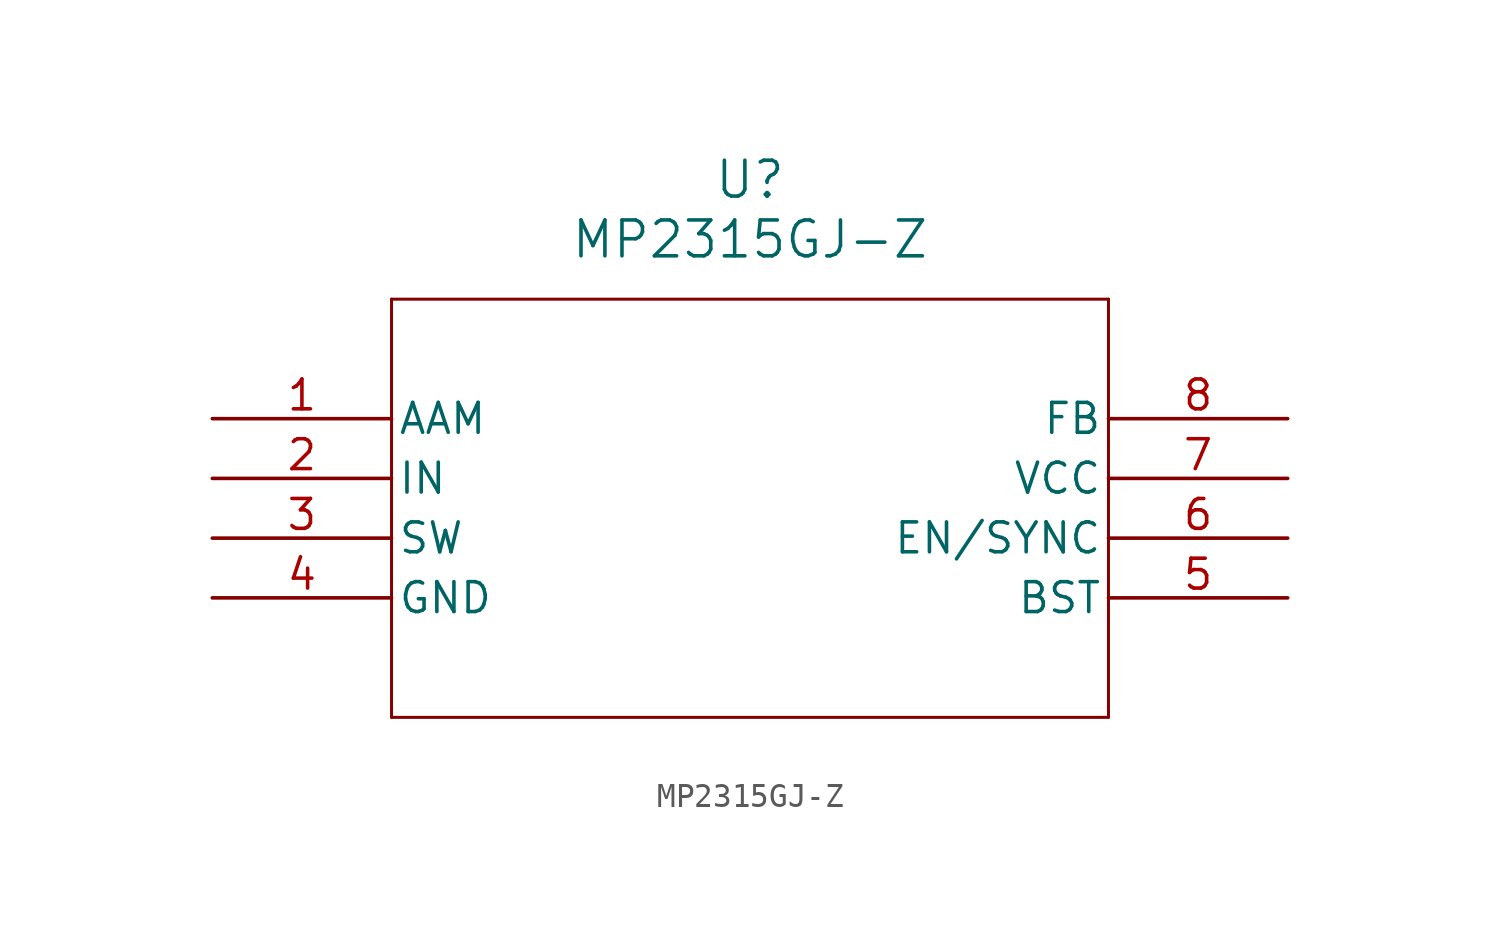
<source format=kicad_sym>
(kicad_symbol_lib
  (version 20211014)
  (generator kicad_symbol_editor)
  (symbol "MP2315GJ-Z"
    (pin_names
      (offset 0.254))
    (property "Reference" "U"
      (at 22.86 10.16 0)
      (effects (font (size 1.524 1.524))))
    (property "Value" "MP2315GJ-Z"
      (at 22.86 7.62 0)
      (effects (font (size 1.524 1.524))))
    (symbol "MP2315GJ-Z_0_1"
      (polyline (pts (xy 7.62 5.08) (xy 7.62 -12.7)) (stroke (width 0.127) (type default) (color 0 0 0 0)) (fill (type none)))
      (polyline (pts (xy 7.62 -12.7) (xy 38.1 -12.7)) (stroke (width 0.127) (type default) (color 0 0 0 0)) (fill (type none)))
      (polyline (pts (xy 38.1 -12.7) (xy 38.1 5.08)) (stroke (width 0.127) (type default) (color 0 0 0 0)) (fill (type none)))
      (polyline (pts (xy 38.1 5.08) (xy 7.62 5.08)) (stroke (width 0.127) (type default) (color 0 0 0 0)) (fill (type none)))
      (pin unspecified line (at 0 0 0) (length 7.62) (name "AAM" (effects (font (size 1.27 1.27)))) (number "1" (effects (font (size 1.27 1.27)))))
      (pin power_in line (at 0 -2.54 0) (length 7.62) (name "IN" (effects (font (size 1.27 1.27)))) (number "2" (effects (font (size 1.27 1.27)))))
      (pin output line (at 0 -5.08 0) (length 7.62) (name "SW" (effects (font (size 1.27 1.27)))) (number "3" (effects (font (size 1.27 1.27)))))
      (pin power_out line (at 0 -7.62 0) (length 7.62) (name "GND" (effects (font (size 1.27 1.27)))) (number "4" (effects (font (size 1.27 1.27)))))
      (pin unspecified line (at 45.72 -7.62 180) (length 7.62) (name "BST" (effects (font (size 1.27 1.27)))) (number "5" (effects (font (size 1.27 1.27)))))
      (pin input line (at 45.72 -5.08 180) (length 7.62) (name "EN/SYNC" (effects (font (size 1.27 1.27)))) (number "6" (effects (font (size 1.27 1.27)))))
      (pin power_in line (at 45.72 -2.54 180) (length 7.62) (name "VCC" (effects (font (size 1.27 1.27)))) (number "7" (effects (font (size 1.27 1.27)))))
      (pin output line (at 45.72 0 180) (length 7.62) (name "FB" (effects (font (size 1.27 1.27)))) (number "8" (effects (font (size 1.27 1.27))))))))
</source>
